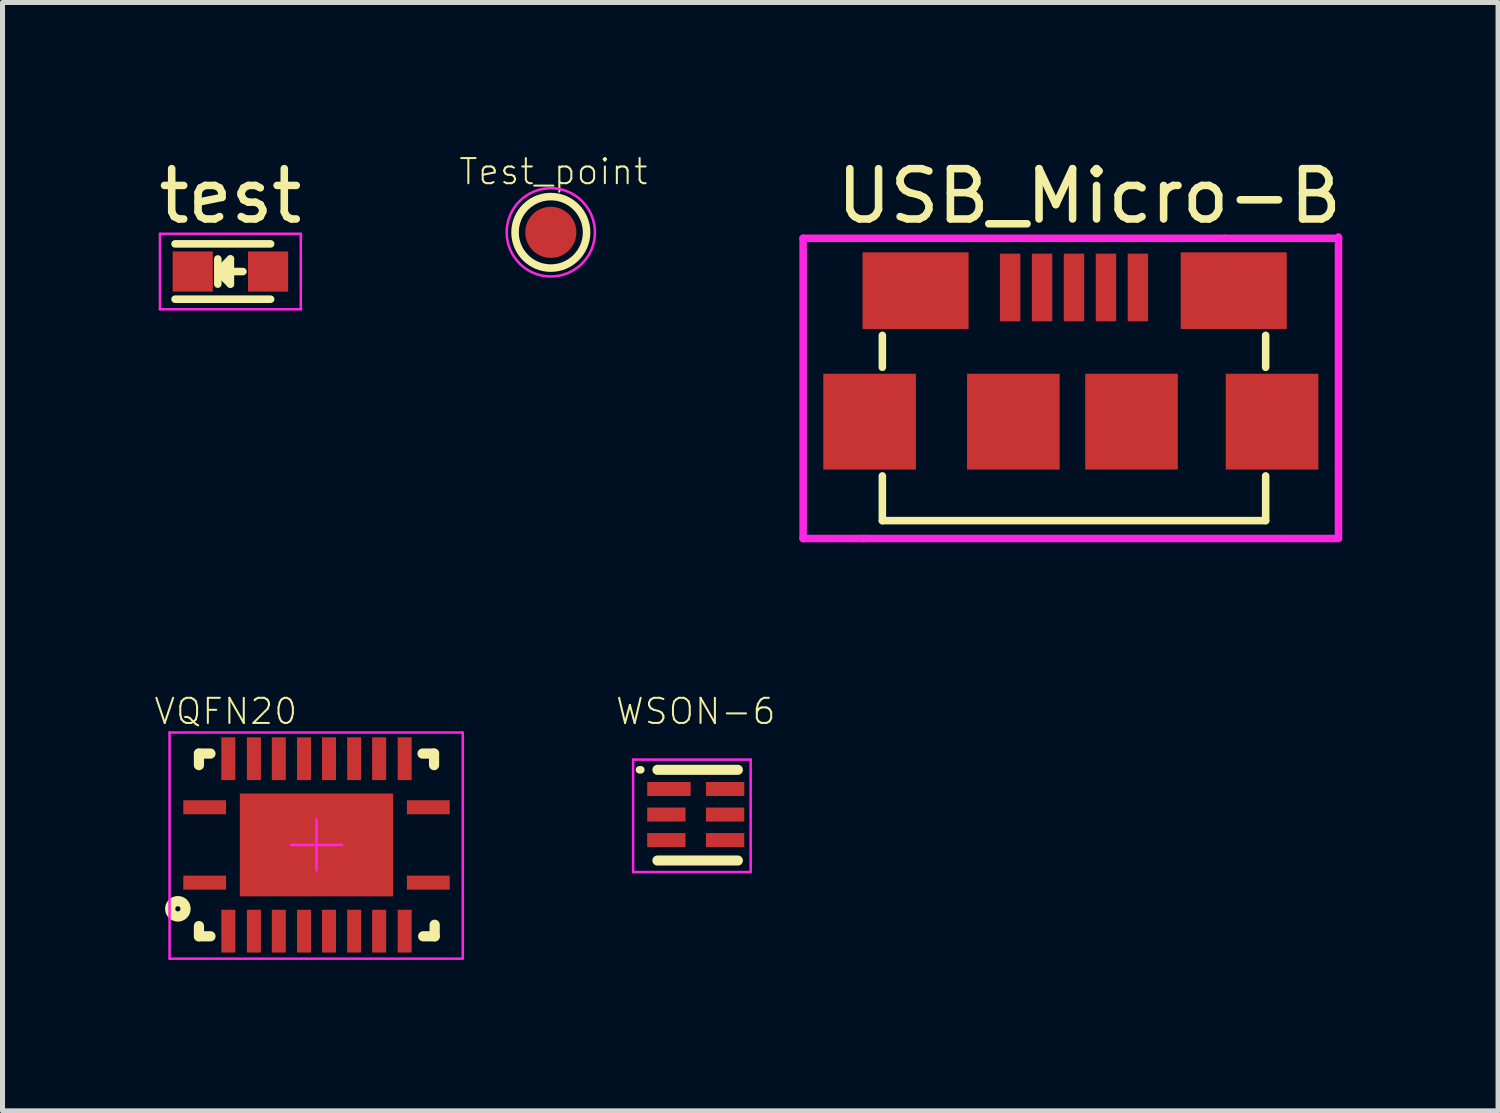
<source format=kicad_pcb>
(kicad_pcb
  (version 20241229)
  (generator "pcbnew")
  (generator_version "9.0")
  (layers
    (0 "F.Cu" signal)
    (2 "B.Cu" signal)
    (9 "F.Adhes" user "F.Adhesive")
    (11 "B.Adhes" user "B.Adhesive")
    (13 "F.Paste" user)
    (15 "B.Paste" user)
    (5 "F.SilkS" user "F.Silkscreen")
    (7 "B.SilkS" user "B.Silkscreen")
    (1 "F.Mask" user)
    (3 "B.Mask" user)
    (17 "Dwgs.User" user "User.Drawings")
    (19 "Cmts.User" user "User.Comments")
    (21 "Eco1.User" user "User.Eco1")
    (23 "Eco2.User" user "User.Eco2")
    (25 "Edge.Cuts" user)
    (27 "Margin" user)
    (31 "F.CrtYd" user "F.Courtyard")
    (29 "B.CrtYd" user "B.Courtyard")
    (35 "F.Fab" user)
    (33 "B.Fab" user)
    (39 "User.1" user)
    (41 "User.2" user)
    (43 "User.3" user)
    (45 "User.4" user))
  (footprint "WSON-6"
    (layer "F.Cu")
    (at 10.781 13.143)
    (property "Reference" "WSON-6" (at 0 -2.05 0) (layer "F.SilkS") (effects (font (size 0.5 0.5) (thickness 0.04))))
    (attr smd)
    (fp_line (start -1.118 -0.889) (end -1.092 -0.889) (stroke (width 0.15) (type solid)) (layer "F.SilkS"))
    (fp_line (start -0.762 -0.889) (end 0.838 -0.889) (stroke (width 0.2) (type solid)) (layer "F.SilkS"))
    (fp_line (start -0.762 0.914) (end 0.838 0.914) (stroke (width 0.2) (type solid)) (layer "F.SilkS"))
    (fp_line (start -1.245 -1.092) (end -1.245 1.143) (stroke (width 0.05) (type solid)) (layer "F.CrtYd"))
    (fp_line (start -1.245 -1.092) (end 1.092 -1.092) (stroke (width 0.05) (type solid)) (layer "F.CrtYd"))
    (fp_line (start -1.245 1.143) (end 1.092 1.143) (stroke (width 0.05) (type solid)) (layer "F.CrtYd"))
    (fp_line (start 1.092 1.143) (end 1.092 -1.092) (stroke (width 0.05) (type solid)) (layer "F.CrtYd"))
    (pad "1" smd rect (at -0.533 -0.508) (size 0.864 0.279) (layers "F.Cu" "F.Mask" "F.Paste"))
    (pad "2" smd rect (at -0.584 0) (size 0.762 0.279) (layers "F.Cu" "F.Mask" "F.Paste"))
    (pad "3" smd rect (at -0.584 0.508) (size 0.762 0.279) (layers "F.Cu" "F.Mask" "F.Paste"))
    (pad "4" smd rect (at 0.584 0.508) (size 0.762 0.279) (layers "F.Cu" "F.Mask" "F.Paste"))
    (pad "5" smd rect (at 0.584 0) (size 0.762 0.279) (layers "F.Cu" "F.Mask" "F.Paste"))
    (pad "6" smd rect (at 0.584 -0.508) (size 0.762 0.279) (layers "F.Cu" "F.Mask" "F.Paste")))
  (footprint "VQFN20"
    (layer "F.Cu")
    (at 3.242 13.747)
    (property "Reference" "VQFN20" (at -1.803 -2.654 0) (layer "F.SilkS") (effects (font (size 0.5 0.5) (thickness 0.04))))
    (attr smd)
    (fp_line (start -2.337 -1.816) (end -2.337 -1.587) (stroke (width 0.203) (type solid)) (layer "F.SilkS"))
    (fp_line (start -2.337 -1.816) (end -2.108 -1.816) (stroke (width 0.203) (type solid)) (layer "F.SilkS"))
    (fp_line (start -2.337 1.816) (end -2.337 1.613) (stroke (width 0.203) (type solid)) (layer "F.SilkS"))
    (fp_line (start -2.337 1.816) (end -2.108 1.816) (stroke (width 0.203) (type solid)) (layer "F.SilkS"))
    (fp_line (start 2.337 -1.816) (end 2.108 -1.816) (stroke (width 0.203) (type solid)) (layer "F.SilkS"))
    (fp_line (start 2.337 -1.816) (end 2.337 -1.587) (stroke (width 0.203) (type solid)) (layer "F.SilkS"))
    (fp_line (start 2.349 1.816) (end 2.121 1.816) (stroke (width 0.203) (type solid)) (layer "F.SilkS"))
    (fp_line (start 2.349 1.816) (end 2.349 1.587) (stroke (width 0.203) (type solid)) (layer "F.SilkS"))
    (fp_circle (center -2.756 1.27) (end -2.603 1.27) (stroke (width 0.203) (type solid)) (fill no) (layer "F.SilkS"))
    (fp_line (start -2.921 -2.235) (end 2.896 -2.235) (stroke (width 0.05) (type solid)) (layer "F.CrtYd"))
    (fp_line (start -2.921 2.261) (end -2.921 -2.235) (stroke (width 0.05) (type solid)) (layer "F.CrtYd"))
    (fp_line (start -2.921 2.261) (end 2.896 2.261) (stroke (width 0.05) (type solid)) (layer "F.CrtYd"))
    (fp_line (start -0.508 0) (end 0.508 0) (stroke (width 0.05) (type solid)) (layer "F.CrtYd"))
    (fp_line (start 0 -0.508) (end 0 0.508) (stroke (width 0.05) (type solid)) (layer "F.CrtYd"))
    (fp_line (start 2.908 -2.235) (end 2.908 2.261) (stroke (width 0.05) (type solid)) (layer "F.CrtYd"))
    (pad "1" smd rect (at -2.223 0.749) (size 0.851 0.279) (layers "F.Cu" "F.Mask" "F.Paste"))
    (pad "2" smd rect (at -1.753 1.714 90) (size 0.851 0.279) (layers "F.Cu" "F.Mask" "F.Paste"))
    (pad "3" smd rect (at -1.245 1.714 90) (size 0.851 0.279) (layers "F.Cu" "F.Mask" "F.Paste"))
    (pad "4" smd rect (at -0.749 1.714 90) (size 0.851 0.279) (layers "F.Cu" "F.Mask" "F.Paste"))
    (pad "5" smd rect (at -0.248 1.714 90) (size 0.851 0.279) (layers "F.Cu" "F.Mask" "F.Paste"))
    (pad "6" smd rect (at 0.248 1.714 90) (size 0.851 0.279) (layers "F.Cu" "F.Mask" "F.Paste"))
    (pad "7" smd rect (at 0.749 1.714 90) (size 0.851 0.279) (layers "F.Cu" "F.Mask" "F.Paste"))
    (pad "8" smd rect (at 1.245 1.714 90) (size 0.851 0.279) (layers "F.Cu" "F.Mask" "F.Paste"))
    (pad "9" smd rect (at 1.753 1.714 90) (size 0.851 0.279) (layers "F.Cu" "F.Mask" "F.Paste"))
    (pad "10" smd rect (at 2.223 0.749) (size 0.851 0.279) (layers "F.Cu" "F.Mask" "F.Paste"))
    (pad "11" smd rect (at 2.223 -0.749) (size 0.851 0.279) (layers "F.Cu" "F.Mask" "F.Paste"))
    (pad "12" smd rect (at 1.753 -1.714 90) (size 0.851 0.279) (layers "F.Cu" "F.Mask" "F.Paste"))
    (pad "13" smd rect (at 1.245 -1.714 90) (size 0.851 0.279) (layers "F.Cu" "F.Mask" "F.Paste"))
    (pad "14" smd rect (at 0.749 -1.714 90) (size 0.851 0.279) (layers "F.Cu" "F.Mask" "F.Paste"))
    (pad "15" smd rect (at 0.248 -1.714 90) (size 0.851 0.279) (layers "F.Cu" "F.Mask" "F.Paste"))
    (pad "16" smd rect (at -0.248 -1.714 90) (size 0.851 0.279) (layers "F.Cu" "F.Mask" "F.Paste"))
    (pad "17" smd rect (at -0.749 -1.714 90) (size 0.851 0.279) (layers "F.Cu" "F.Mask" "F.Paste"))
    (pad "18" smd rect (at -1.245 -1.714 90) (size 0.851 0.279) (layers "F.Cu" "F.Mask" "F.Paste"))
    (pad "19" smd rect (at -1.753 -1.714 90) (size 0.851 0.279) (layers "F.Cu" "F.Mask" "F.Paste"))
    (pad "20" smd rect (at -2.223 -0.749) (size 0.851 0.279) (layers "F.Cu" "F.Mask" "F.Paste"))
    (pad "21" smd rect (at 0 0) (size 3.048 2.045) (layers "F.Cu" "F.Mask" "F.Paste")))
  (footprint "test"
    (layer "F.Cu")
    (at 1.53 2.348)
    (property "Reference" "test" (at 0 -1.5 0) (layer "F.SilkS") (effects (font (size 1 1) (thickness 0.15))))
    (attr smd)
    (fp_line (start -1.1 -0.55) (end 0.8 -0.55) (stroke (width 0.15) (type solid)) (layer "F.SilkS"))
    (fp_line (start -1.1 0.55) (end 0.8 0.55) (stroke (width 0.15) (type solid)) (layer "F.SilkS"))
    (fp_line (start -0.25 -0.25) (end -0.25 0.25) (stroke (width 0.15) (type solid)) (layer "F.SilkS"))
    (fp_line (start -0.25 0) (end 0 -0.25) (stroke (width 0.15) (type solid)) (layer "F.SilkS"))
    (fp_line (start -0.2 0) (end 0.25 0) (stroke (width 0.15) (type solid)) (layer "F.SilkS"))
    (fp_line (start 0 -0.25) (end 0 0.25) (stroke (width 0.15) (type solid)) (layer "F.SilkS"))
    (fp_line (start 0 0.25) (end -0.25 0) (stroke (width 0.15) (type solid)) (layer "F.SilkS"))
    (fp_line (start -1.4 -0.75) (end 1.4 -0.75) (stroke (width 0.05) (type solid)) (layer "F.CrtYd"))
    (fp_line (start -1.4 0.75) (end -1.4 -0.75) (stroke (width 0.05) (type solid)) (layer "F.CrtYd"))
    (fp_line (start 1.4 -0.75) (end 1.4 0.75) (stroke (width 0.05) (type solid)) (layer "F.CrtYd"))
    (fp_line (start 1.4 0.75) (end -1.4 0.75) (stroke (width 0.05) (type solid)) (layer "F.CrtYd"))
    (pad "1" smd rect (at -0.749 0 180) (size 0.798 0.798) (layers "F.Cu" "F.Mask" "F.Paste"))
    (pad "2" smd rect (at 0.749 0 180) (size 0.798 0.798) (layers "F.Cu" "F.Mask" "F.Paste")))
  (footprint "USB_Micro-B"
    (layer "F.Cu")
    (at 18.301 5.014)
    (property "Reference" "USB_Micro-B" (at 0.305 -4.166 0) (layer "F.SilkS") (effects (font (size 1 1) (thickness 0.15))))
    (attr smd)
    (fp_line (start -3.81 -0.762) (end -3.81 -1.397) (stroke (width 0.15) (type solid)) (layer "F.SilkS"))
    (fp_line (start -3.81 2.286) (end -3.81 1.397) (stroke (width 0.15) (type solid)) (layer "F.SilkS"))
    (fp_line (start -3.81 2.286) (end 3.81 2.286) (stroke (width 0.15) (type solid)) (layer "F.SilkS"))
    (fp_line (start 3.81 -1.397) (end 3.81 -0.762) (stroke (width 0.15) (type solid)) (layer "F.SilkS"))
    (fp_line (start 3.81 2.286) (end 3.81 1.397) (stroke (width 0.15) (type solid)) (layer "F.SilkS"))
    (fp_line (start -5.385 -3.327) (end 2.997 -3.327) (stroke (width 0.15) (type solid)) (layer "F.CrtYd"))
    (fp_line (start -5.385 2.642) (end -5.385 -3.327) (stroke (width 0.15) (type solid)) (layer "F.CrtYd"))
    (fp_line (start -5.385 2.642) (end -4.166 2.642) (stroke (width 0.15) (type solid)) (layer "F.CrtYd"))
    (fp_line (start -4.191 2.642) (end 4.191 2.642) (stroke (width 0.15) (type solid)) (layer "F.CrtYd"))
    (fp_line (start 2.997 -3.327) (end 5.258 -3.327) (stroke (width 0.15) (type solid)) (layer "F.CrtYd"))
    (fp_line (start 4.216 2.642) (end 5.258 2.642) (stroke (width 0.15) (type solid)) (layer "F.CrtYd"))
    (fp_line (start 5.258 2.616) (end 5.258 -3.353) (stroke (width 0.15) (type solid)) (layer "F.CrtYd"))
    (pad "1" smd rect (at -1.27 -2.349) (size 0.406 1.346) (layers "F.Cu" "F.Mask" "F.Paste"))
    (pad "2" smd rect (at -0.635 -2.349) (size 0.406 1.346) (layers "F.Cu" "F.Mask" "F.Paste"))
    (pad "3" smd rect (at 0 -2.349) (size 0.406 1.346) (layers "F.Cu" "F.Mask" "F.Paste"))
    (pad "4" smd rect (at 0.635 -2.349) (size 0.406 1.346) (layers "F.Cu" "F.Mask" "F.Paste"))
    (pad "5" smd rect (at 1.27 -2.349) (size 0.406 1.346) (layers "F.Cu" "F.Mask" "F.Paste"))
    (pad "S1" smd rect (at -3.15 -2.286) (size 2.108 1.524) (layers "F.Cu" "F.Mask" "F.Paste"))
    (pad "S2" smd rect (at 3.175 -2.286) (size 2.108 1.524) (layers "F.Cu" "F.Mask" "F.Paste"))
    (pad "S3" smd rect (at -4.064 0.318) (size 1.841 1.905) (layers "F.Cu" "F.Mask" "F.Paste"))
    (pad "S4" smd rect (at 3.937 0.318) (size 1.841 1.905) (layers "F.Cu" "F.Mask" "F.Paste"))
    (pad "S5" smd rect (at -1.206 0.318) (size 1.841 1.905) (layers "F.Cu" "F.Mask" "F.Paste"))
    (pad "S6" smd rect (at 1.143 0.318) (size 1.841 1.905) (layers "F.Cu" "F.Mask" "F.Paste")))
  (footprint "Test_point"
    (layer "F.Cu")
    (at 7.9 1.569)
    (property "Reference" "Test_point" (at 0.051 -1.206 0) (layer "F.SilkS") (effects (font (size 0.5 0.5) (thickness 0.04))))
    (attr smd)
    (fp_circle (center 0 0) (end 0 -0.711) (stroke (width 0.15) (type solid)) (fill no) (layer "F.SilkS"))
    (fp_circle (center 0 0) (end 0.813 0.33) (stroke (width 0.05) (type solid)) (fill no) (layer "F.CrtYd"))
    (pad "1" smd circle (at 0 0) (size 1.016 1.016) (layers "F.Cu" "F.Mask" "F.Paste")))
  (gr_rect
    (start -3 -3)
    (end 26.731 19.033)
    (stroke (width 0.1) (type default))
    (fill no)
    (layer "Edge.Cuts")))
</source>
